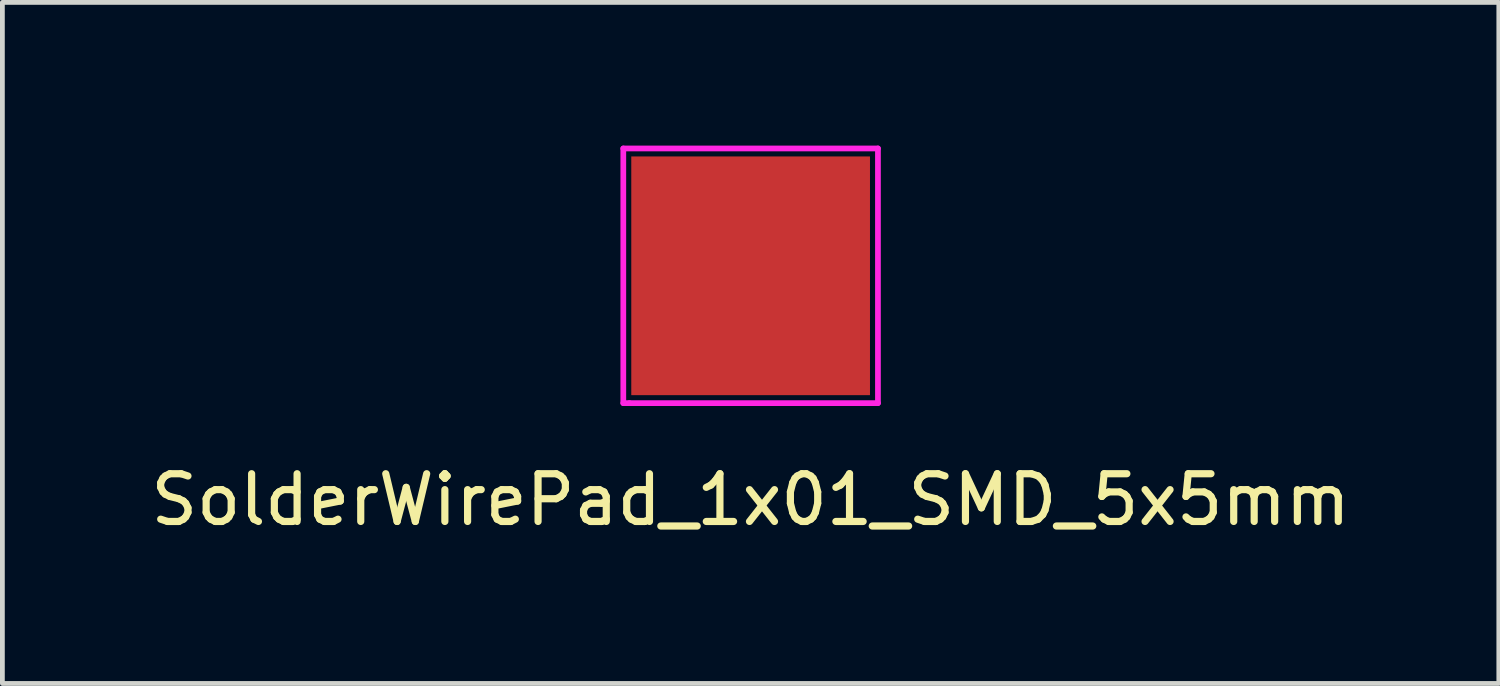
<source format=kicad_pcb>
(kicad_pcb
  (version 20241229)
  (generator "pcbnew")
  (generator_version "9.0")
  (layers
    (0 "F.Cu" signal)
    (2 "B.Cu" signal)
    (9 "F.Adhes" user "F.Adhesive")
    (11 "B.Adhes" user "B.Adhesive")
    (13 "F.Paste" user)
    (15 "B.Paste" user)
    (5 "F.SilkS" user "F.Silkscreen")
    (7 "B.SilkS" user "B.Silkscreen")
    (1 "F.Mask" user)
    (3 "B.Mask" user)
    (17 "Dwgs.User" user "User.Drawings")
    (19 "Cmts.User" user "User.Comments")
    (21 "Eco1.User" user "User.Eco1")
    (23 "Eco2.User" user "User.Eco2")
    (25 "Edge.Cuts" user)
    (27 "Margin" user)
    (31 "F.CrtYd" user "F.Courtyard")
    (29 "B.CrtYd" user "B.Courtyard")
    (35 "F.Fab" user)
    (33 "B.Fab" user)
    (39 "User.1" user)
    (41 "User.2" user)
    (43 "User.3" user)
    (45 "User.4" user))
  (footprint "SolderWirePad_1x01_SMD_5x5mm"
    (layer "F.Cu")
    (at 12.673 6.918)
    (property "Reference" "SolderWirePad_1x01_SMD_5x5mm" (at 0 0.5 0) (layer "F.SilkS") (effects (font (size 1 1) (thickness 0.15))))
    (attr through_hole)
    (fp_line (start -2.667 -6.858) (end -2.667 -1.524) (stroke (width 0.12) (type solid)) (layer "F.CrtYd"))
    (fp_line (start -2.667 -1.524) (end -2.54 -1.524) (stroke (width 0.12) (type solid)) (layer "F.CrtYd"))
    (fp_line (start -2.54 -1.524) (end 2.667 -1.524) (stroke (width 0.12) (type solid)) (layer "F.CrtYd"))
    (fp_line (start 2.667 -6.858) (end -2.667 -6.858) (stroke (width 0.12) (type solid)) (layer "F.CrtYd"))
    (fp_line (start 2.667 -1.524) (end 2.667 -6.858) (stroke (width 0.12) (type solid)) (layer "F.CrtYd"))
    (pad "1" smd rect (at 0 -4.191) (size 5 5) (layers "F.Cu" "F.Mask" "F.Paste")))
  (gr_rect
    (start -3 -3)
    (end 28.345 11.266)
    (stroke (width 0.1) (type default))
    (fill no)
    (layer "Edge.Cuts")))
</source>
